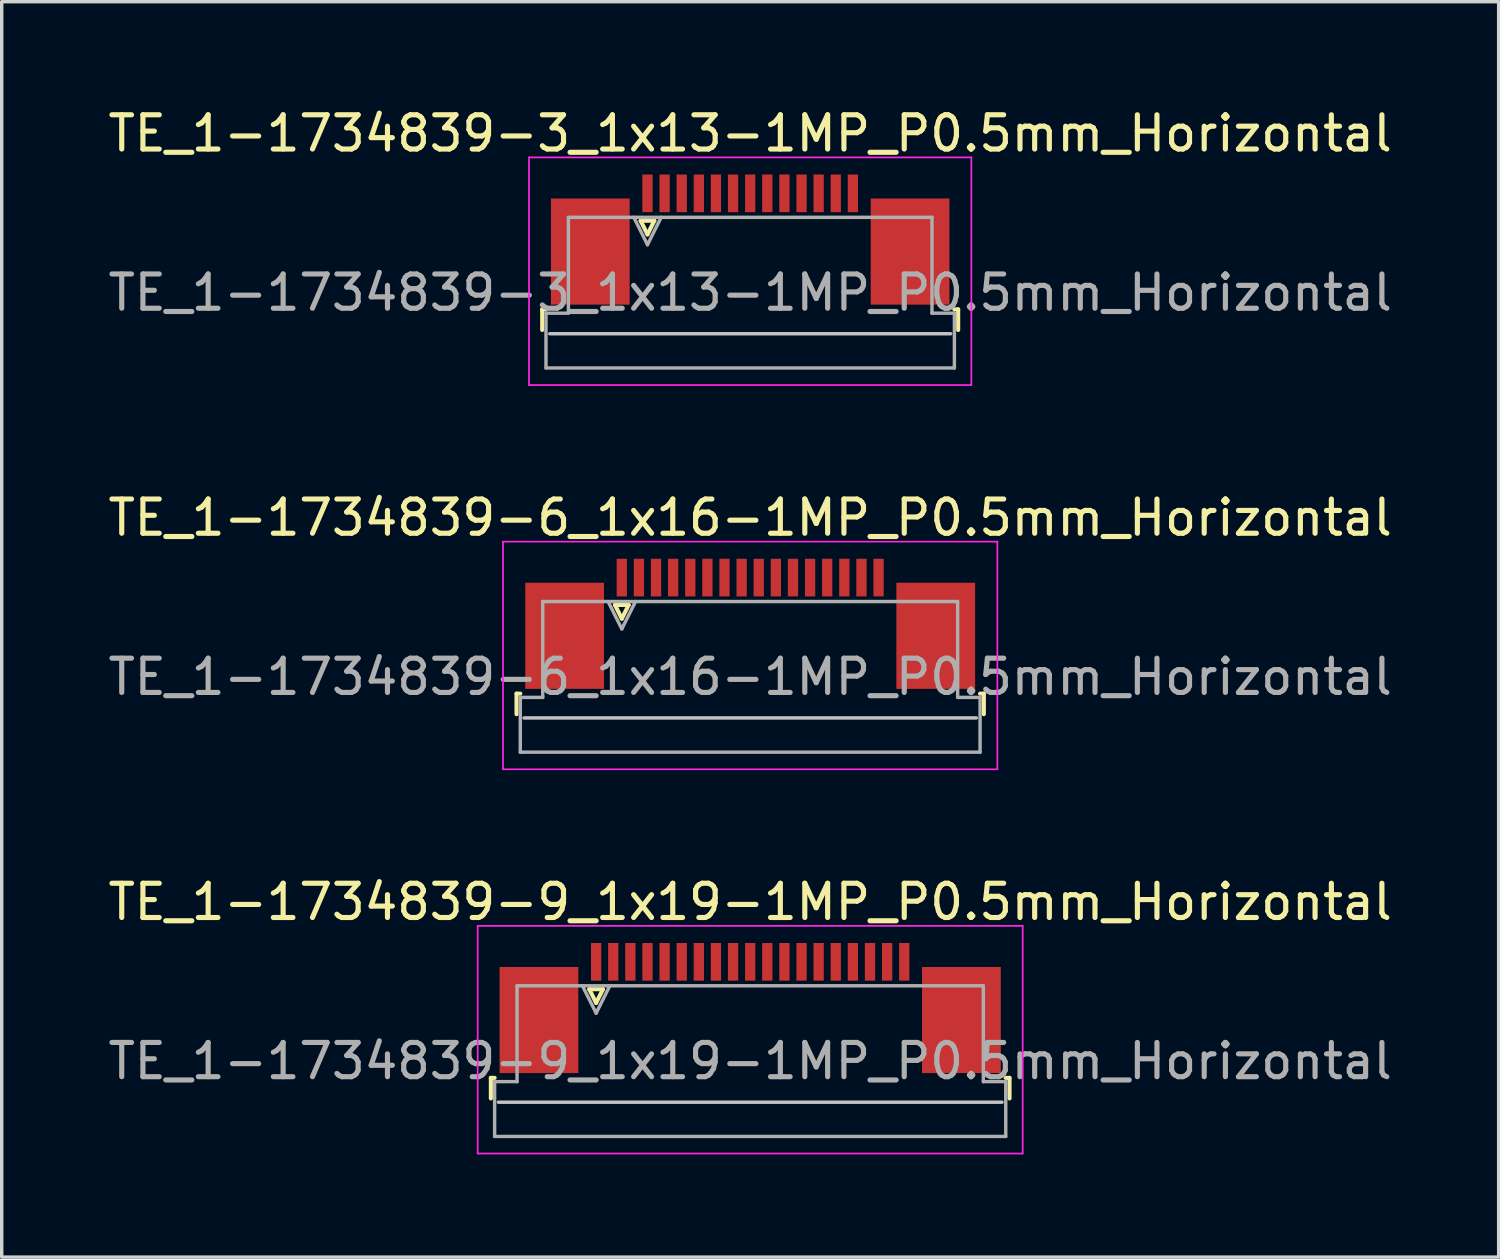
<source format=kicad_pcb>
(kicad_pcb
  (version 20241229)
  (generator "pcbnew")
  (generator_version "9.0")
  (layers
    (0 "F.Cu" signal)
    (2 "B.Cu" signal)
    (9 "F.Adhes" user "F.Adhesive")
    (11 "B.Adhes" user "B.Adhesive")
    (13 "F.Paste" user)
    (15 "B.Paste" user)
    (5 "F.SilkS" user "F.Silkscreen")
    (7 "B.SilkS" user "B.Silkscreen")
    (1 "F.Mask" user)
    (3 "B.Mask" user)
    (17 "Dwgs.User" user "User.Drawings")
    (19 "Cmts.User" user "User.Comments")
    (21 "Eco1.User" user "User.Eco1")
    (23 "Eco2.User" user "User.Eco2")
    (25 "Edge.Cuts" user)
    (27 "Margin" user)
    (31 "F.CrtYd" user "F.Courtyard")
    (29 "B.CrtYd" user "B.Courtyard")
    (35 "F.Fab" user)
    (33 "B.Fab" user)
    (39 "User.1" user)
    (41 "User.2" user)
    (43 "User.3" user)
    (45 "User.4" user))
  (footprint "TE_1-1734839-3_1x13-1MP_P0.5mm_Horizontal"
    (layer "F.Cu")
    (at 18.863 3.948)
    (property "Reference" "TE_1-1734839-3_1x13-1MP_P0.5mm_Horizontal" (at 0 -3.1 0) (layer "F.SilkS") (effects (font (size 1 1) (thickness 0.15))))
    (attr smd)
    (fp_line (start -6.075 2.04) (end -6.075 2.64) (stroke (width 0.12) (type solid)) (layer "F.SilkS"))
    (fp_line (start -5.965 2.04) (end -6.075 2.04) (stroke (width 0.12) (type solid)) (layer "F.SilkS"))
    (fp_line (start -3.2 -0.55) (end -3 -0.15) (stroke (width 0.12) (type solid)) (layer "F.SilkS"))
    (fp_line (start -3 -0.15) (end -2.8 -0.55) (stroke (width 0.12) (type solid)) (layer "F.SilkS"))
    (fp_line (start -2.8 -0.55) (end -3.2 -0.55) (stroke (width 0.12) (type solid)) (layer "F.SilkS"))
    (fp_line (start 5.965 2.04) (end 6.075 2.04) (stroke (width 0.12) (type solid)) (layer "F.SilkS"))
    (fp_line (start 6.075 2.04) (end 6.075 2.64) (stroke (width 0.12) (type solid)) (layer "F.SilkS"))
    (fp_line (start 5.855 2.75) (end -5.855 2.75) (stroke (width 0.1) (type solid)) (layer "Dwgs.User"))
    (fp_line (start -6.46 -2.4) (end -6.46 4.25) (stroke (width 0.05) (type solid)) (layer "F.CrtYd"))
    (fp_line (start -6.46 4.25) (end 6.46 4.25) (stroke (width 0.05) (type solid)) (layer "F.CrtYd"))
    (fp_line (start 6.46 -2.4) (end -6.46 -2.4) (stroke (width 0.05) (type solid)) (layer "F.CrtYd"))
    (fp_line (start 6.46 4.25) (end 6.46 -2.4) (stroke (width 0.05) (type solid)) (layer "F.CrtYd"))
    (fp_line (start -5.965 2.15) (end -5.31 2.15) (stroke (width 0.1) (type solid)) (layer "F.Fab"))
    (fp_line (start -5.965 3.75) (end -5.965 2.15) (stroke (width 0.1) (type solid)) (layer "F.Fab"))
    (fp_line (start -5.31 -0.65) (end 5.31 -0.65) (stroke (width 0.1) (type solid)) (layer "F.Fab"))
    (fp_line (start -5.31 2.15) (end -5.31 -0.65) (stroke (width 0.1) (type solid)) (layer "F.Fab"))
    (fp_line (start -3.4 -0.65) (end -3 0.15) (stroke (width 0.1) (type solid)) (layer "F.Fab"))
    (fp_line (start -3 0.15) (end -2.6 -0.65) (stroke (width 0.1) (type solid)) (layer "F.Fab"))
    (fp_line (start 5.31 -0.65) (end 5.31 2.15) (stroke (width 0.1) (type solid)) (layer "F.Fab"))
    (fp_line (start 5.31 2.15) (end 5.965 2.15) (stroke (width 0.1) (type solid)) (layer "F.Fab"))
    (fp_line (start 5.965 2.15) (end 5.965 3.75) (stroke (width 0.1) (type solid)) (layer "F.Fab"))
    (fp_line (start 5.965 3.75) (end -5.965 3.75) (stroke (width 0.1) (type solid)) (layer "F.Fab"))
    (fp_text user "${REFERENCE}" (at 0 1.55 0) (layer "F.Fab") (effects (font (size 1 1) (thickness 0.15))))
    (pad "1" smd rect (at -3 -1.35) (size 0.3 1.1) (layers "F.Cu" "F.Mask" "F.Paste"))
    (pad "2" smd rect (at -2.5 -1.35) (size 0.3 1.1) (layers "F.Cu" "F.Mask" "F.Paste"))
    (pad "3" smd rect (at -2 -1.35) (size 0.3 1.1) (layers "F.Cu" "F.Mask" "F.Paste"))
    (pad "4" smd rect (at -1.5 -1.35) (size 0.3 1.1) (layers "F.Cu" "F.Mask" "F.Paste"))
    (pad "5" smd rect (at -1 -1.35) (size 0.3 1.1) (layers "F.Cu" "F.Mask" "F.Paste"))
    (pad "6" smd rect (at -0.5 -1.35) (size 0.3 1.1) (layers "F.Cu" "F.Mask" "F.Paste"))
    (pad "7" smd rect (at 0 -1.35) (size 0.3 1.1) (layers "F.Cu" "F.Mask" "F.Paste"))
    (pad "8" smd rect (at 0.5 -1.35) (size 0.3 1.1) (layers "F.Cu" "F.Mask" "F.Paste"))
    (pad "9" smd rect (at 1 -1.35) (size 0.3 1.1) (layers "F.Cu" "F.Mask" "F.Paste"))
    (pad "10" smd rect (at 1.5 -1.35) (size 0.3 1.1) (layers "F.Cu" "F.Mask" "F.Paste"))
    (pad "11" smd rect (at 2 -1.35) (size 0.3 1.1) (layers "F.Cu" "F.Mask" "F.Paste"))
    (pad "12" smd rect (at 2.5 -1.35) (size 0.3 1.1) (layers "F.Cu" "F.Mask" "F.Paste"))
    (pad "13" smd rect (at 3 -1.35) (size 0.3 1.1) (layers "F.Cu" "F.Mask" "F.Paste"))
    (pad "MP" smd rect (at -4.67 0.35) (size 2.3 3.1) (layers "F.Cu" "F.Mask" "F.Paste"))
    (pad "MP" smd rect (at 4.67 0.35) (size 2.3 3.1) (layers "F.Cu" "F.Mask" "F.Paste")))
  (footprint "TE_1-1734839-6_1x16-1MP_P0.5mm_Horizontal"
    (layer "F.Cu")
    (at 18.863 15.171)
    (property "Reference" "TE_1-1734839-6_1x16-1MP_P0.5mm_Horizontal" (at 0 -3.1 0) (layer "F.SilkS") (effects (font (size 1 1) (thickness 0.15))))
    (attr smd)
    (fp_line (start -6.825 2.04) (end -6.825 2.64) (stroke (width 0.12) (type solid)) (layer "F.SilkS"))
    (fp_line (start -6.715 2.04) (end -6.825 2.04) (stroke (width 0.12) (type solid)) (layer "F.SilkS"))
    (fp_line (start -3.95 -0.55) (end -3.75 -0.15) (stroke (width 0.12) (type solid)) (layer "F.SilkS"))
    (fp_line (start -3.75 -0.15) (end -3.55 -0.55) (stroke (width 0.12) (type solid)) (layer "F.SilkS"))
    (fp_line (start -3.55 -0.55) (end -3.95 -0.55) (stroke (width 0.12) (type solid)) (layer "F.SilkS"))
    (fp_line (start 6.715 2.04) (end 6.825 2.04) (stroke (width 0.12) (type solid)) (layer "F.SilkS"))
    (fp_line (start 6.825 2.04) (end 6.825 2.64) (stroke (width 0.12) (type solid)) (layer "F.SilkS"))
    (fp_line (start 6.605 2.75) (end -6.605 2.75) (stroke (width 0.1) (type solid)) (layer "Dwgs.User"))
    (fp_line (start -7.22 -2.4) (end -7.22 4.25) (stroke (width 0.05) (type solid)) (layer "F.CrtYd"))
    (fp_line (start -7.22 4.25) (end 7.22 4.25) (stroke (width 0.05) (type solid)) (layer "F.CrtYd"))
    (fp_line (start 7.22 -2.4) (end -7.22 -2.4) (stroke (width 0.05) (type solid)) (layer "F.CrtYd"))
    (fp_line (start 7.22 4.25) (end 7.22 -2.4) (stroke (width 0.05) (type solid)) (layer "F.CrtYd"))
    (fp_line (start -6.715 2.15) (end -6.06 2.15) (stroke (width 0.1) (type solid)) (layer "F.Fab"))
    (fp_line (start -6.715 3.75) (end -6.715 2.15) (stroke (width 0.1) (type solid)) (layer "F.Fab"))
    (fp_line (start -6.06 -0.65) (end 6.06 -0.65) (stroke (width 0.1) (type solid)) (layer "F.Fab"))
    (fp_line (start -6.06 2.15) (end -6.06 -0.65) (stroke (width 0.1) (type solid)) (layer "F.Fab"))
    (fp_line (start -4.15 -0.65) (end -3.75 0.15) (stroke (width 0.1) (type solid)) (layer "F.Fab"))
    (fp_line (start -3.75 0.15) (end -3.35 -0.65) (stroke (width 0.1) (type solid)) (layer "F.Fab"))
    (fp_line (start 6.06 -0.65) (end 6.06 2.15) (stroke (width 0.1) (type solid)) (layer "F.Fab"))
    (fp_line (start 6.06 2.15) (end 6.715 2.15) (stroke (width 0.1) (type solid)) (layer "F.Fab"))
    (fp_line (start 6.715 2.15) (end 6.715 3.75) (stroke (width 0.1) (type solid)) (layer "F.Fab"))
    (fp_line (start 6.715 3.75) (end -6.715 3.75) (stroke (width 0.1) (type solid)) (layer "F.Fab"))
    (fp_text user "${REFERENCE}" (at 0 1.55 0) (layer "F.Fab") (effects (font (size 1 1) (thickness 0.15))))
    (pad "1" smd rect (at -3.75 -1.35) (size 0.3 1.1) (layers "F.Cu" "F.Mask" "F.Paste"))
    (pad "2" smd rect (at -3.25 -1.35) (size 0.3 1.1) (layers "F.Cu" "F.Mask" "F.Paste"))
    (pad "3" smd rect (at -2.75 -1.35) (size 0.3 1.1) (layers "F.Cu" "F.Mask" "F.Paste"))
    (pad "4" smd rect (at -2.25 -1.35) (size 0.3 1.1) (layers "F.Cu" "F.Mask" "F.Paste"))
    (pad "5" smd rect (at -1.75 -1.35) (size 0.3 1.1) (layers "F.Cu" "F.Mask" "F.Paste"))
    (pad "6" smd rect (at -1.25 -1.35) (size 0.3 1.1) (layers "F.Cu" "F.Mask" "F.Paste"))
    (pad "7" smd rect (at -0.75 -1.35) (size 0.3 1.1) (layers "F.Cu" "F.Mask" "F.Paste"))
    (pad "8" smd rect (at -0.25 -1.35) (size 0.3 1.1) (layers "F.Cu" "F.Mask" "F.Paste"))
    (pad "9" smd rect (at 0.25 -1.35) (size 0.3 1.1) (layers "F.Cu" "F.Mask" "F.Paste"))
    (pad "10" smd rect (at 0.75 -1.35) (size 0.3 1.1) (layers "F.Cu" "F.Mask" "F.Paste"))
    (pad "11" smd rect (at 1.25 -1.35) (size 0.3 1.1) (layers "F.Cu" "F.Mask" "F.Paste"))
    (pad "12" smd rect (at 1.75 -1.35) (size 0.3 1.1) (layers "F.Cu" "F.Mask" "F.Paste"))
    (pad "13" smd rect (at 2.25 -1.35) (size 0.3 1.1) (layers "F.Cu" "F.Mask" "F.Paste"))
    (pad "14" smd rect (at 2.75 -1.35) (size 0.3 1.1) (layers "F.Cu" "F.Mask" "F.Paste"))
    (pad "15" smd rect (at 3.25 -1.35) (size 0.3 1.1) (layers "F.Cu" "F.Mask" "F.Paste"))
    (pad "16" smd rect (at 3.75 -1.35) (size 0.3 1.1) (layers "F.Cu" "F.Mask" "F.Paste"))
    (pad "MP" smd rect (at -5.42 0.35) (size 2.3 3.1) (layers "F.Cu" "F.Mask" "F.Paste"))
    (pad "MP" smd rect (at 5.42 0.35) (size 2.3 3.1) (layers "F.Cu" "F.Mask" "F.Paste")))
  (footprint "TE_1-1734839-9_1x19-1MP_P0.5mm_Horizontal"
    (layer "F.Cu")
    (at 18.863 26.395)
    (property "Reference" "TE_1-1734839-9_1x19-1MP_P0.5mm_Horizontal" (at 0 -3.1 0) (layer "F.SilkS") (effects (font (size 1 1) (thickness 0.15))))
    (attr smd)
    (fp_line (start -7.575 2.04) (end -7.575 2.64) (stroke (width 0.12) (type solid)) (layer "F.SilkS"))
    (fp_line (start -7.465 2.04) (end -7.575 2.04) (stroke (width 0.12) (type solid)) (layer "F.SilkS"))
    (fp_line (start -4.7 -0.55) (end -4.5 -0.15) (stroke (width 0.12) (type solid)) (layer "F.SilkS"))
    (fp_line (start -4.5 -0.15) (end -4.3 -0.55) (stroke (width 0.12) (type solid)) (layer "F.SilkS"))
    (fp_line (start -4.3 -0.55) (end -4.7 -0.55) (stroke (width 0.12) (type solid)) (layer "F.SilkS"))
    (fp_line (start 7.465 2.04) (end 7.575 2.04) (stroke (width 0.12) (type solid)) (layer "F.SilkS"))
    (fp_line (start 7.575 2.04) (end 7.575 2.64) (stroke (width 0.12) (type solid)) (layer "F.SilkS"))
    (fp_line (start 7.355 2.75) (end -7.355 2.75) (stroke (width 0.1) (type solid)) (layer "Dwgs.User"))
    (fp_line (start -7.96 -2.4) (end -7.96 4.25) (stroke (width 0.05) (type solid)) (layer "F.CrtYd"))
    (fp_line (start -7.96 4.25) (end 7.96 4.25) (stroke (width 0.05) (type solid)) (layer "F.CrtYd"))
    (fp_line (start 7.96 -2.4) (end -7.96 -2.4) (stroke (width 0.05) (type solid)) (layer "F.CrtYd"))
    (fp_line (start 7.96 4.25) (end 7.96 -2.4) (stroke (width 0.05) (type solid)) (layer "F.CrtYd"))
    (fp_line (start -7.465 2.15) (end -6.81 2.15) (stroke (width 0.1) (type solid)) (layer "F.Fab"))
    (fp_line (start -7.465 3.75) (end -7.465 2.15) (stroke (width 0.1) (type solid)) (layer "F.Fab"))
    (fp_line (start -6.81 -0.65) (end 6.81 -0.65) (stroke (width 0.1) (type solid)) (layer "F.Fab"))
    (fp_line (start -6.81 2.15) (end -6.81 -0.65) (stroke (width 0.1) (type solid)) (layer "F.Fab"))
    (fp_line (start -4.9 -0.65) (end -4.5 0.15) (stroke (width 0.1) (type solid)) (layer "F.Fab"))
    (fp_line (start -4.5 0.15) (end -4.1 -0.65) (stroke (width 0.1) (type solid)) (layer "F.Fab"))
    (fp_line (start 6.81 -0.65) (end 6.81 2.15) (stroke (width 0.1) (type solid)) (layer "F.Fab"))
    (fp_line (start 6.81 2.15) (end 7.465 2.15) (stroke (width 0.1) (type solid)) (layer "F.Fab"))
    (fp_line (start 7.465 2.15) (end 7.465 3.75) (stroke (width 0.1) (type solid)) (layer "F.Fab"))
    (fp_line (start 7.465 3.75) (end -7.465 3.75) (stroke (width 0.1) (type solid)) (layer "F.Fab"))
    (fp_text user "${REFERENCE}" (at 0 1.55 0) (layer "F.Fab") (effects (font (size 1 1) (thickness 0.15))))
    (pad "1" smd rect (at -4.5 -1.35) (size 0.3 1.1) (layers "F.Cu" "F.Mask" "F.Paste"))
    (pad "2" smd rect (at -4 -1.35) (size 0.3 1.1) (layers "F.Cu" "F.Mask" "F.Paste"))
    (pad "3" smd rect (at -3.5 -1.35) (size 0.3 1.1) (layers "F.Cu" "F.Mask" "F.Paste"))
    (pad "4" smd rect (at -3 -1.35) (size 0.3 1.1) (layers "F.Cu" "F.Mask" "F.Paste"))
    (pad "5" smd rect (at -2.5 -1.35) (size 0.3 1.1) (layers "F.Cu" "F.Mask" "F.Paste"))
    (pad "6" smd rect (at -2 -1.35) (size 0.3 1.1) (layers "F.Cu" "F.Mask" "F.Paste"))
    (pad "7" smd rect (at -1.5 -1.35) (size 0.3 1.1) (layers "F.Cu" "F.Mask" "F.Paste"))
    (pad "8" smd rect (at -1 -1.35) (size 0.3 1.1) (layers "F.Cu" "F.Mask" "F.Paste"))
    (pad "9" smd rect (at -0.5 -1.35) (size 0.3 1.1) (layers "F.Cu" "F.Mask" "F.Paste"))
    (pad "10" smd rect (at 0 -1.35) (size 0.3 1.1) (layers "F.Cu" "F.Mask" "F.Paste"))
    (pad "11" smd rect (at 0.5 -1.35) (size 0.3 1.1) (layers "F.Cu" "F.Mask" "F.Paste"))
    (pad "12" smd rect (at 1 -1.35) (size 0.3 1.1) (layers "F.Cu" "F.Mask" "F.Paste"))
    (pad "13" smd rect (at 1.5 -1.35) (size 0.3 1.1) (layers "F.Cu" "F.Mask" "F.Paste"))
    (pad "14" smd rect (at 2 -1.35) (size 0.3 1.1) (layers "F.Cu" "F.Mask" "F.Paste"))
    (pad "15" smd rect (at 2.5 -1.35) (size 0.3 1.1) (layers "F.Cu" "F.Mask" "F.Paste"))
    (pad "16" smd rect (at 3 -1.35) (size 0.3 1.1) (layers "F.Cu" "F.Mask" "F.Paste"))
    (pad "17" smd rect (at 3.5 -1.35) (size 0.3 1.1) (layers "F.Cu" "F.Mask" "F.Paste"))
    (pad "18" smd rect (at 4 -1.35) (size 0.3 1.1) (layers "F.Cu" "F.Mask" "F.Paste"))
    (pad "19" smd rect (at 4.5 -1.35) (size 0.3 1.1) (layers "F.Cu" "F.Mask" "F.Paste"))
    (pad "MP" smd rect (at -6.17 0.35) (size 2.3 3.1) (layers "F.Cu" "F.Mask" "F.Paste"))
    (pad "MP" smd rect (at 6.17 0.35) (size 2.3 3.1) (layers "F.Cu" "F.Mask" "F.Paste")))
  (gr_rect
    (start -3 -3)
    (end 40.726 33.67)
    (stroke (width 0.1) (type default))
    (fill no)
    (layer "Edge.Cuts")))
</source>
